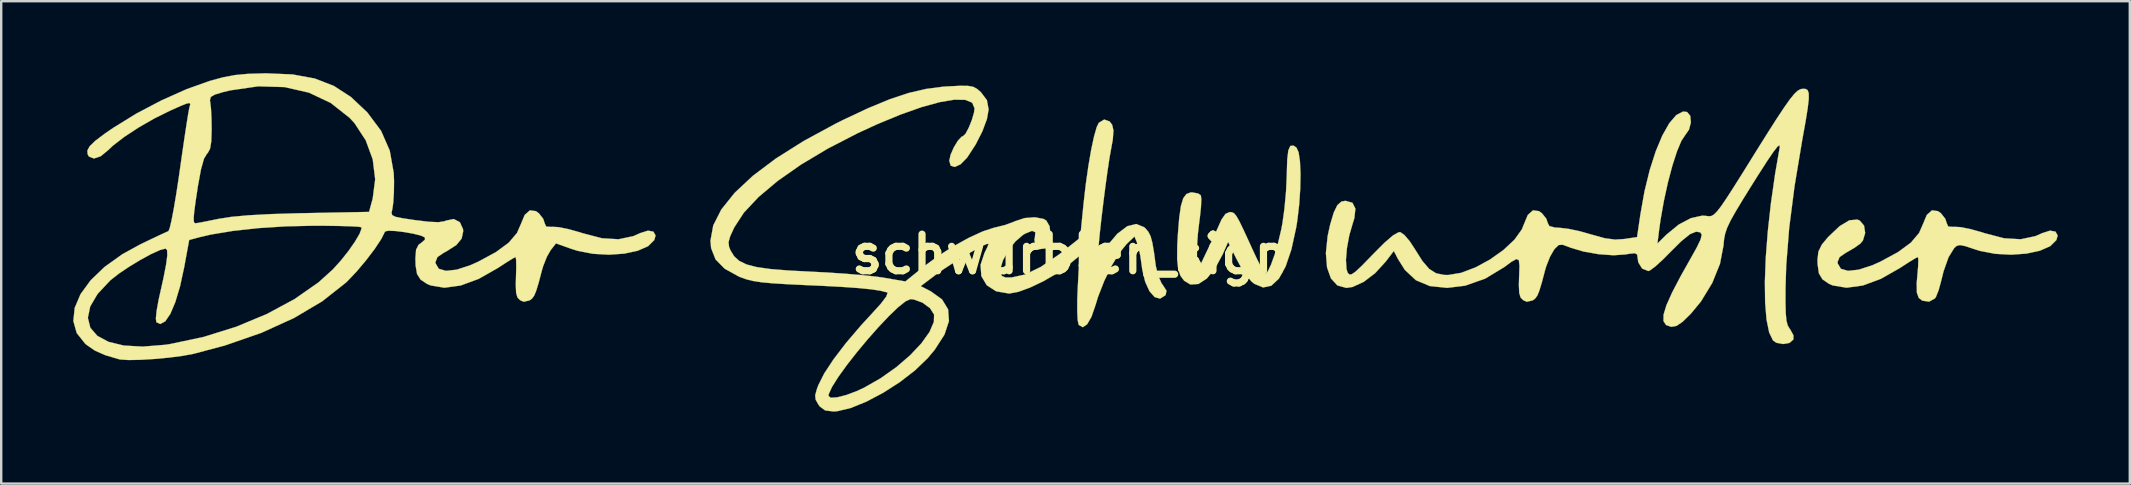
<source format=kicad_pcb>
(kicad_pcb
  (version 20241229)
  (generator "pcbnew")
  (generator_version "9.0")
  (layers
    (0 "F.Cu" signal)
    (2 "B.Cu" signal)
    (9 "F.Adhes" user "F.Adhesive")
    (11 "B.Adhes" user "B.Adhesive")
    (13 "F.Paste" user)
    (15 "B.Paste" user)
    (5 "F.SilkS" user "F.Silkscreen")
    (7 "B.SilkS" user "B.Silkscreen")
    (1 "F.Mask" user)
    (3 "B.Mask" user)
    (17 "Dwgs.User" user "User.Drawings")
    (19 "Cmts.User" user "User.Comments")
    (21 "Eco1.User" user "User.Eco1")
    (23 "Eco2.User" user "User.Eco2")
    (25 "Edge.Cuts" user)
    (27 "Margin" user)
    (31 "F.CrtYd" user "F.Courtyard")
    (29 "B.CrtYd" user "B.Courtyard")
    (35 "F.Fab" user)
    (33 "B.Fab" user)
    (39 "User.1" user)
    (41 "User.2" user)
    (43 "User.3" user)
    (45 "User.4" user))
  (footprint "schwurbler_sign"
    (layer "F.Cu")
    (at 41.528 7.539)
    (property "Reference" "schwurbler_sign" (at 0 0 0) (layer "F.SilkS") (effects (font (size 1.524 1.524) (thickness 0.3))))
    (attr through_hole)
    (fp_poly (pts (xy 9.428 -4.444) (xy 9.519 -4.246) (xy 9.576 -3.862) (xy 9.599 -3.338) (xy 9.587 -2.72) (xy 9.542 -2.054) (xy 9.463 -1.385) (xy 9.419 -1.112) (xy 9.219 -0.198) (xy 8.977 0.515) (xy 8.696 1.021) (xy 8.382 1.313) (xy 8.04 1.386) (xy 7.675 1.234) (xy 7.56 1.141) (xy 7.35 0.895) (xy 7.108 0.523) (xy 6.924 0.184) (xy 6.584 -0.51) (xy 6.354 0.008) (xy 6.035 0.601) (xy 5.692 1.016) (xy 5.345 1.241) (xy 5.013 1.263) (xy 4.749 1.104) (xy 4.596 0.896) (xy 4.501 0.612) (xy 4.459 0.21) (xy 4.464 -0.352) (xy 4.49 -0.828) (xy 4.546 -1.521) (xy 4.617 -2.011) (xy 4.713 -2.329) (xy 4.844 -2.506) (xy 5.021 -2.572) (xy 5.082 -2.575) (xy 5.333 -2.53) (xy 5.447 -2.451) (xy 5.467 -2.284) (xy 5.451 -1.95) (xy 5.404 -1.511) (xy 5.384 -1.369) (xy 5.322 -0.839) (xy 5.287 -0.323) (xy 5.286 0.076) (xy 5.288 0.117) (xy 5.332 0.644) (xy 5.751 -0.234) (xy 5.966 -0.689) (xy 6.155 -1.101) (xy 6.285 -1.394) (xy 6.302 -1.434) (xy 6.471 -1.678) (xy 6.65 -1.756) (xy 6.748 -1.747) (xy 6.835 -1.701) (xy 6.931 -1.583) (xy 7.056 -1.363) (xy 7.228 -1.007) (xy 7.469 -0.484) (xy 7.596 -0.205) (xy 7.802 0.234) (xy 7.977 0.579) (xy 8.097 0.783) (xy 8.132 0.819) (xy 8.238 0.713) (xy 8.374 0.426) (xy 8.524 0.008) (xy 8.67 -0.493) (xy 8.796 -1.027) (xy 8.843 -1.272) (xy 8.929 -1.895) (xy 8.995 -2.611) (xy 9.027 -3.279) (xy 9.028 -3.365) (xy 9.045 -3.951) (xy 9.091 -4.325) (xy 9.174 -4.509) (xy 9.302 -4.525) (xy 9.428 -4.444)) (stroke (width 0.01) (type solid)) (fill yes) (layer "F.SilkS"))
    (fp_poly (pts (xy 36.157 -1.793) (xy 36.279 -1.703) (xy 36.459 -1.474) (xy 36.52 -1.29) (xy 36.581 -1.152) (xy 36.799 -1.136) (xy 36.842 -1.141) (xy 37.101 -1.127) (xy 37.504 -1.046) (xy 37.974 -0.915) (xy 38.1 -0.874) (xy 38.908 -0.663) (xy 39.598 -0.622) (xy 40.211 -0.751) (xy 40.502 -0.879) (xy 40.822 -0.981) (xy 41.05 -0.94) (xy 41.14 -0.779) (xy 41.086 -0.587) (xy 40.829 -0.333) (xy 40.395 -0.144) (xy 39.836 -0.024) (xy 39.2 0.021) (xy 38.538 -0.015) (xy 37.9 -0.138) (xy 37.669 -0.21) (xy 37.293 -0.336) (xy 37.07 -0.38) (xy 36.934 -0.347) (xy 36.828 -0.252) (xy 36.595 0.124) (xy 36.387 0.712) (xy 36.277 1.152) (xy 36.179 1.507) (xy 36.071 1.775) (xy 36.031 1.839) (xy 35.786 1.977) (xy 35.503 1.936) (xy 35.354 1.82) (xy 35.275 1.604) (xy 35.267 1.211) (xy 35.295 0.883) (xy 35.328 0.495) (xy 35.336 0.22) (xy 35.318 0.117) (xy 35.198 0.177) (xy 34.939 0.335) (xy 34.595 0.558) (xy 34.573 0.573) (xy 33.772 1.028) (xy 33.022 1.304) (xy 32.344 1.397) (xy 31.764 1.3) (xy 31.612 1.233) (xy 31.341 1.047) (xy 31.194 0.799) (xy 31.139 0.418) (xy 31.135 0.223) (xy 31.173 -0.108) (xy 31.316 -0.4) (xy 31.574 -0.711) (xy 32.058 -1.169) (xy 32.463 -1.412) (xy 32.794 -1.442) (xy 32.892 -1.404) (xy 33.075 -1.19) (xy 33.121 -0.881) (xy 33.028 -0.573) (xy 32.921 -0.442) (xy 32.675 -0.266) (xy 32.354 -0.079) (xy 32.328 -0.066) (xy 32.056 0.118) (xy 31.972 0.321) (xy 31.977 0.387) (xy 32.109 0.608) (xy 32.408 0.694) (xy 32.85 0.646) (xy 33.41 0.465) (xy 33.751 0.313) (xy 34.493 -0.089) (xy 35.025 -0.481) (xy 35.366 -0.883) (xy 35.517 -1.226) (xy 35.688 -1.636) (xy 35.904 -1.827) (xy 36.157 -1.793)) (stroke (width 0.01) (type solid)) (fill yes) (layer "F.SilkS"))
    (fp_poly (pts (xy 30.719 -6.841) (xy 30.769 -6.713) (xy 30.772 -6.473) (xy 30.729 -6.094) (xy 30.641 -5.544) (xy 30.506 -4.796) (xy 30.501 -4.766) (xy 30.179 -2.834) (xy 29.956 -1.098) (xy 29.833 0.456) (xy 29.804 1.363) (xy 29.802 2.009) (xy 29.813 2.463) (xy 29.842 2.769) (xy 29.894 2.967) (xy 29.973 3.102) (xy 29.997 3.131) (xy 30.133 3.379) (xy 30.131 3.553) (xy 29.968 3.696) (xy 29.695 3.743) (xy 29.418 3.689) (xy 29.28 3.591) (xy 29.121 3.259) (xy 29.012 2.723) (xy 28.953 2.009) (xy 28.943 1.142) (xy 28.98 0.147) (xy 29.065 -0.951) (xy 29.195 -2.126) (xy 29.371 -3.354) (xy 29.561 -4.448) (xy 29.556 -4.542) (xy 29.472 -4.486) (xy 29.301 -4.268) (xy 29.035 -3.876) (xy 28.664 -3.299) (xy 28.451 -2.961) (xy 28.035 -2.292) (xy 27.728 -1.783) (xy 27.512 -1.398) (xy 27.371 -1.1) (xy 27.287 -0.851) (xy 27.242 -0.616) (xy 27.219 -0.36) (xy 27.073 0.401) (xy 26.75 1.199) (xy 26.28 1.97) (xy 25.862 2.476) (xy 25.517 2.815) (xy 25.26 2.988) (xy 25.049 3.026) (xy 25.034 3.024) (xy 24.824 2.949) (xy 24.719 2.786) (xy 24.723 2.517) (xy 24.843 2.123) (xy 25.083 1.588) (xy 25.447 0.893) (xy 25.825 0.223) (xy 26.104 -0.276) (xy 26.264 -0.609) (xy 26.313 -0.809) (xy 26.257 -0.907) (xy 26.103 -0.936) (xy 26.073 -0.936) (xy 25.831 -0.839) (xy 25.467 -0.547) (xy 25.033 -0.117) (xy 24.682 0.236) (xy 24.376 0.513) (xy 24.158 0.675) (xy 24.091 0.702) (xy 23.83 0.599) (xy 23.669 0.339) (xy 23.644 0.168) (xy 23.624 0.014) (xy 23.522 -0.041) (xy 23.277 -0.015) (xy 23.147 0.009) (xy 22.641 0.045) (xy 22.02 0.000238) (xy 21.385 -0.111) (xy 20.837 -0.275) (xy 20.798 -0.291) (xy 20.519 -0.394) (xy 20.354 -0.382) (xy 20.205 -0.24) (xy 20.157 -0.18) (xy 19.991 0.109) (xy 19.835 0.502) (xy 19.786 0.668) (xy 19.649 1.186) (xy 19.546 1.525) (xy 19.461 1.73) (xy 19.372 1.85) (xy 19.277 1.922) (xy 19.026 1.982) (xy 18.874 1.915) (xy 18.766 1.805) (xy 18.71 1.614) (xy 18.695 1.286) (xy 18.705 0.939) (xy 18.72 0.488) (xy 18.695 0.249) (xy 18.595 0.2) (xy 18.385 0.317) (xy 18.083 0.54) (xy 17.292 1.018) (xy 16.457 1.312) (xy 15.708 1.403) (xy 14.982 1.327) (xy 14.404 1.083) (xy 13.944 0.653) (xy 13.657 0.196) (xy 13.486 -0.134) (xy 13.151 0.305) (xy 12.711 0.787) (xy 12.231 1.153) (xy 11.767 1.365) (xy 11.51 1.405) (xy 11.137 1.302) (xy 10.866 1.01) (xy 10.704 0.553) (xy 10.656 -0.045) (xy 10.729 -0.758) (xy 10.832 -1.227) (xy 10.982 -1.731) (xy 11.131 -2.04) (xy 11.301 -2.191) (xy 11.471 -2.224) (xy 11.762 -2.142) (xy 11.885 -1.898) (xy 11.841 -1.495) (xy 11.777 -1.293) (xy 11.63 -0.785) (xy 11.532 -0.251) (xy 11.491 0.241) (xy 11.514 0.622) (xy 11.562 0.768) (xy 11.63 0.845) (xy 11.73 0.838) (xy 11.892 0.727) (xy 12.145 0.489) (xy 12.521 0.104) (xy 12.61 0.011) (xy 13.095 -0.475) (xy 13.45 -0.781) (xy 13.685 -0.914) (xy 13.755 -0.919) (xy 13.925 -0.802) (xy 14.15 -0.537) (xy 14.349 -0.233) (xy 14.675 0.282) (xy 14.96 0.614) (xy 15.248 0.796) (xy 15.583 0.864) (xy 15.751 0.867) (xy 16.293 0.776) (xy 16.892 0.549) (xy 17.495 0.221) (xy 18.052 -0.175) (xy 18.51 -0.603) (xy 18.817 -1.03) (xy 18.896 -1.225) (xy 19.067 -1.635) (xy 19.283 -1.827) (xy 19.535 -1.793) (xy 19.658 -1.703) (xy 19.838 -1.478) (xy 19.899 -1.299) (xy 19.965 -1.172) (xy 20.193 -1.111) (xy 20.396 -1.099) (xy 20.765 -1.055) (xy 21.247 -0.953) (xy 21.719 -0.819) (xy 22.271 -0.665) (xy 22.705 -0.608) (xy 23.082 -0.632) (xy 23.619 -0.713) (xy 23.758 -1.662) (xy 23.929 -2.621) (xy 24.145 -3.503) (xy 24.396 -4.285) (xy 24.671 -4.943) (xy 24.96 -5.455) (xy 25.251 -5.795) (xy 25.533 -5.942) (xy 25.702 -5.924) (xy 25.835 -5.764) (xy 25.86 -5.489) (xy 25.783 -5.19) (xy 25.633 -4.974) (xy 25.466 -4.725) (xy 25.282 -4.284) (xy 25.091 -3.695) (xy 24.906 -2.997) (xy 24.738 -2.232) (xy 24.598 -1.443) (xy 24.53 -0.953) (xy 24.467 -0.444) (xy 24.846 -0.817) (xy 25.353 -1.233) (xy 25.867 -1.504) (xy 26.336 -1.606) (xy 26.498 -1.595) (xy 26.609 -1.579) (xy 26.711 -1.591) (xy 26.818 -1.65) (xy 26.949 -1.779) (xy 27.121 -2.001) (xy 27.349 -2.335) (xy 27.651 -2.804) (xy 28.045 -3.43) (xy 28.517 -4.189) (xy 29.026 -5.002) (xy 29.431 -5.637) (xy 29.746 -6.113) (xy 29.987 -6.454) (xy 30.172 -6.68) (xy 30.314 -6.813) (xy 30.43 -6.874) (xy 30.478 -6.885) (xy 30.622 -6.889) (xy 30.719 -6.841)) (stroke (width 0.01) (type solid)) (fill yes) (layer "F.SilkS"))
    (fp_poly (pts (xy -4.254 -7.012) (xy -4.037 -6.973) (xy -3.874 -6.885) (xy -3.716 -6.749) (xy -3.465 -6.416) (xy -3.394 -6.03) (xy -3.465 -5.628) (xy -3.655 -5.118) (xy -3.934 -4.57) (xy -4.269 -4.054) (xy -4.303 -4.009) (xy -4.567 -3.742) (xy -4.805 -3.633) (xy -4.975 -3.689) (xy -5.033 -3.892) (xy -4.978 -4.144) (xy -4.844 -4.449) (xy -4.676 -4.726) (xy -4.517 -4.896) (xy -4.462 -4.916) (xy -4.357 -5.016) (xy -4.224 -5.265) (xy -4.095 -5.583) (xy -4.004 -5.894) (xy -3.98 -6.076) (xy -4.078 -6.31) (xy -4.363 -6.429) (xy -4.819 -6.437) (xy -5.43 -6.335) (xy -6.181 -6.129) (xy -7.056 -5.82) (xy -8.04 -5.413) (xy -8.839 -5.046) (xy -10.087 -4.403) (xy -11.207 -3.735) (xy -12.176 -3.057) (xy -12.977 -2.384) (xy -13.589 -1.732) (xy -13.992 -1.114) (xy -13.993 -1.111) (xy -14.162 -0.743) (xy -14.229 -0.501) (xy -14.207 -0.306) (xy -14.144 -0.154) (xy -13.993 0.09) (xy -13.781 0.281) (xy -13.477 0.428) (xy -13.053 0.538) (xy -12.479 0.619) (xy -11.726 0.68) (xy -10.888 0.723) (xy -10.119 0.763) (xy -9.358 0.814) (xy -8.664 0.872) (xy -8.098 0.932) (xy -7.791 0.975) (xy -6.862 1.135) (xy -6.097 0.517) (xy -5.513 0.087) (xy -4.87 -0.323) (xy -4.224 -0.68) (xy -3.633 -0.952) (xy -3.155 -1.108) (xy -3.102 -1.118) (xy -2.7 -1.219) (xy -2.333 -1.355) (xy -2.295 -1.373) (xy -1.894 -1.505) (xy -1.467 -1.538) (xy -1.11 -1.47) (xy -0.992 -1.402) (xy -0.856 -1.167) (xy -0.815 -0.834) (xy -0.865 -0.502) (xy -1 -0.269) (xy -1.041 -0.241) (xy -1.282 -0.209) (xy -1.449 -0.352) (xy -1.487 -0.609) (xy -1.468 -0.687) (xy -1.449 -0.915) (xy -1.585 -0.973) (xy -1.868 -0.859) (xy -1.969 -0.798) (xy -2.282 -0.527) (xy -2.572 -0.153) (xy -2.795 0.249) (xy -2.905 0.605) (xy -2.906 0.727) (xy -2.846 0.904) (xy -2.688 0.971) (xy -2.432 0.969) (xy -1.869 0.845) (xy -1.216 0.527) (xy -0.462 0.012) (xy -0.288 -0.123) (xy 0.419 -0.683) (xy 0.561 -2.105) (xy 0.653 -2.912) (xy 0.762 -3.674) (xy 0.878 -4.35) (xy 0.997 -4.904) (xy 1.109 -5.295) (xy 1.195 -5.472) (xy 1.421 -5.61) (xy 1.647 -5.53) (xy 1.752 -5.392) (xy 1.806 -5.156) (xy 1.779 -4.774) (xy 1.705 -4.368) (xy 1.641 -4.01) (xy 1.563 -3.493) (xy 1.477 -2.872) (xy 1.391 -2.2) (xy 1.31 -1.532) (xy 1.242 -0.922) (xy 1.194 -0.423) (xy 1.171 -0.091) (xy 1.171 -0.046) (xy 1.225 0.002) (xy 1.382 -0.146) (xy 1.505 -0.304) (xy 1.964 -0.848) (xy 2.383 -1.166) (xy 2.757 -1.258) (xy 3.085 -1.124) (xy 3.144 -1.07) (xy 3.264 -0.927) (xy 3.354 -0.747) (xy 3.426 -0.478) (xy 3.495 -0.073) (xy 3.57 0.486) (xy 3.662 0.878) (xy 3.809 1.211) (xy 3.868 1.293) (xy 4.015 1.521) (xy 3.984 1.69) (xy 3.965 1.715) (xy 3.747 1.852) (xy 3.52 1.785) (xy 3.306 1.541) (xy 3.127 1.148) (xy 3.004 0.634) (xy 2.984 0.476) (xy 2.923 0.056) (xy 2.844 -0.308) (xy 2.797 -0.456) (xy 2.682 -0.736) (xy 2.348 -0.417) (xy 2.047 -0.044) (xy 1.726 0.489) (xy 1.421 1.118) (xy 1.165 1.774) (xy 1.057 2.126) (xy 0.89 2.609) (xy 0.709 2.921) (xy 0.53 3.042) (xy 0.37 2.953) (xy 0.354 2.929) (xy 0.315 2.743) (xy 0.297 2.376) (xy 0.299 1.876) (xy 0.318 1.413) (xy 0.389 0.07) (xy -0.13 0.496) (xy -0.588 0.823) (xy -1.123 1.131) (xy -1.669 1.391) (xy -2.162 1.57) (xy -2.536 1.639) (xy -2.54 1.639) (xy -3.08 1.546) (xy -3.473 1.293) (xy -3.697 0.914) (xy -3.731 0.447) (xy -3.569 -0.043) (xy -3.449 -0.29) (xy -3.395 -0.431) (xy -3.394 -0.434) (xy -3.485 -0.421) (xy -3.726 -0.307) (xy -4.072 -0.117) (xy -4.479 0.121) (xy -4.901 0.383) (xy -5.293 0.64) (xy -5.578 0.843) (xy -6.224 1.331) (xy -5.811 1.542) (xy -5.336 1.882) (xy -5.082 2.297) (xy -5.047 2.787) (xy -5.233 3.349) (xy -5.639 3.98) (xy -5.933 4.331) (xy -6.46 4.839) (xy -7.094 5.329) (xy -7.785 5.772) (xy -8.483 6.141) (xy -9.138 6.407) (xy -9.698 6.541) (xy -9.859 6.552) (xy -10.203 6.509) (xy -10.427 6.345) (xy -10.488 6.26) (xy -10.6 6.06) (xy -10.616 5.906) (xy -10.066 5.906) (xy -9.969 5.98) (xy -9.709 5.964) (xy -9.337 5.87) (xy -8.901 5.709) (xy -8.59 5.566) (xy -7.892 5.168) (xy -7.242 4.708) (xy -6.668 4.215) (xy -6.197 3.716) (xy -5.857 3.242) (xy -5.675 2.819) (xy -5.666 2.517) (xy -5.835 2.249) (xy -6.147 2.019) (xy -6.513 1.886) (xy -6.652 1.873) (xy -6.855 1.963) (xy -7.165 2.21) (xy -7.552 2.582) (xy -7.989 3.044) (xy -8.447 3.562) (xy -8.897 4.104) (xy -9.312 4.634) (xy -9.661 5.12) (xy -9.918 5.528) (xy -10.053 5.824) (xy -10.066 5.906) (xy -10.616 5.906) (xy -10.619 5.876) (xy -10.546 5.613) (xy -10.485 5.45) (xy -10.244 4.971) (xy -9.852 4.376) (xy -9.334 3.698) (xy -8.715 2.973) (xy -8.279 2.499) (xy -7.886 2.066) (xy -7.659 1.767) (xy -7.602 1.611) (xy -7.624 1.591) (xy -7.897 1.523) (xy -8.276 1.465) (xy -8.788 1.413) (xy -9.462 1.365) (xy -10.325 1.318) (xy -10.943 1.291) (xy -11.758 1.252) (xy -12.378 1.214) (xy -12.846 1.171) (xy -13.2 1.117) (xy -13.482 1.048) (xy -13.732 0.959) (xy -13.795 0.933) (xy -14.388 0.606) (xy -14.769 0.219) (xy -14.955 -0.253) (xy -14.981 -0.565) (xy -14.866 -1.198) (xy -14.528 -1.864) (xy -13.974 -2.556) (xy -13.213 -3.267) (xy -12.252 -3.989) (xy -11.099 -4.715) (xy -9.762 -5.44) (xy -9.446 -5.597) (xy -8.41 -6.084) (xy -7.521 -6.451) (xy -6.736 -6.713) (xy -6.009 -6.883) (xy -5.298 -6.976) (xy -5.092 -6.99) (xy -4.586 -7.015) (xy -4.254 -7.012)) (stroke (width 0.01) (type solid)) (fill yes) (layer "F.SilkS"))
    (fp_poly (pts (xy -32.389 -7.488) (xy -31.468 -7.319) (xy -30.672 -7.011) (xy -29.958 -6.548) (xy -29.286 -5.915) (xy -29.274 -5.902) (xy -28.702 -5.137) (xy -28.341 -4.313) (xy -28.177 -3.388) (xy -28.163 -3.043) (xy -28.169 -2.569) (xy -28.195 -2.151) (xy -28.234 -1.876) (xy -28.237 -1.865) (xy -28.268 -1.722) (xy -28.239 -1.627) (xy -28.108 -1.559) (xy -27.834 -1.501) (xy -27.377 -1.432) (xy -27.278 -1.418) (xy -26.702 -1.349) (xy -26.31 -1.333) (xy -26.061 -1.372) (xy -25.993 -1.4) (xy -25.677 -1.465) (xy -25.422 -1.334) (xy -25.29 -1.046) (xy -25.283 -0.95) (xy -25.348 -0.648) (xy -25.564 -0.385) (xy -25.969 -0.124) (xy -26.08 -0.066) (xy -26.353 0.118) (xy -26.436 0.321) (xy -26.431 0.387) (xy -26.299 0.608) (xy -26 0.694) (xy -25.559 0.646) (xy -24.998 0.465) (xy -24.657 0.313) (xy -23.915 -0.089) (xy -23.384 -0.481) (xy -23.042 -0.883) (xy -22.891 -1.226) (xy -22.72 -1.636) (xy -22.504 -1.827) (xy -22.252 -1.793) (xy -22.129 -1.703) (xy -21.949 -1.474) (xy -21.888 -1.29) (xy -21.827 -1.152) (xy -21.609 -1.136) (xy -21.567 -1.141) (xy -21.307 -1.127) (xy -20.904 -1.046) (xy -20.434 -0.915) (xy -20.308 -0.874) (xy -19.5 -0.663) (xy -18.81 -0.622) (xy -18.197 -0.751) (xy -17.907 -0.879) (xy -17.586 -0.981) (xy -17.358 -0.94) (xy -17.268 -0.779) (xy -17.323 -0.587) (xy -17.58 -0.333) (xy -18.014 -0.143) (xy -18.574 -0.023) (xy -19.211 0.021) (xy -19.874 -0.016) (xy -20.514 -0.14) (xy -20.746 -0.212) (xy -21.418 -0.45) (xy -21.636 -0.172) (xy -21.799 0.112) (xy -21.952 0.501) (xy -22.001 0.668) (xy -22.138 1.186) (xy -22.241 1.525) (xy -22.326 1.73) (xy -22.415 1.85) (xy -22.51 1.922) (xy -22.761 1.982) (xy -22.913 1.915) (xy -23.022 1.803) (xy -23.078 1.61) (xy -23.092 1.279) (xy -23.083 0.95) (xy -23.072 0.543) (xy -23.077 0.246) (xy -23.096 0.118) (xy -23.099 0.117) (xy -23.214 0.177) (xy -23.47 0.335) (xy -23.812 0.557) (xy -23.836 0.573) (xy -24.636 1.028) (xy -25.386 1.304) (xy -26.064 1.397) (xy -26.644 1.3) (xy -26.796 1.233) (xy -27.058 1.057) (xy -27.205 0.825) (xy -27.265 0.469) (xy -27.273 0.17) (xy -27.245 -0.188) (xy -27.141 -0.393) (xy -27.026 -0.475) (xy -26.875 -0.606) (xy -26.88 -0.7) (xy -27.053 -0.778) (xy -27.363 -0.855) (xy -27.738 -0.921) (xy -28.106 -0.966) (xy -28.395 -0.978) (xy -28.536 -0.948) (xy -28.539 -0.942) (xy -28.693 -0.636) (xy -28.968 -0.22) (xy -29.323 0.247) (xy -29.712 0.71) (xy -30.093 1.112) (xy -30.182 1.196) (xy -31.156 1.963) (xy -32.334 2.66) (xy -33.692 3.277) (xy -35.209 3.803) (xy -36.52 4.151) (xy -36.98 4.236) (xy -37.545 4.309) (xy -38.149 4.365) (xy -38.729 4.4) (xy -39.222 4.409) (xy -39.565 4.387) (xy -39.622 4.376) (xy -40.201 4.204) (xy -40.625 4.016) (xy -40.972 3.776) (xy -41.033 3.724) (xy -41.382 3.285) (xy -41.523 2.783) (xy -41.509 2.652) (xy -40.918 2.652) (xy -40.815 3.064) (xy -40.524 3.401) (xy -40.055 3.652) (xy -39.42 3.806) (xy -38.63 3.85) (xy -37.695 3.774) (xy -37.495 3.744) (xy -36.093 3.446) (xy -34.734 3.022) (xy -33.458 2.49) (xy -32.305 1.869) (xy -31.313 1.177) (xy -30.709 0.632) (xy -30.374 0.26) (xy -30.057 -0.14) (xy -29.789 -0.525) (xy -29.599 -0.849) (xy -29.517 -1.067) (xy -29.529 -1.125) (xy -29.661 -1.145) (xy -29.986 -1.163) (xy -30.465 -1.176) (xy -31.056 -1.184) (xy -31.504 -1.186) (xy -32.674 -1.16) (xy -33.817 -1.086) (xy -34.876 -0.97) (xy -35.794 -0.818) (xy -36.269 -0.707) (xy -36.697 -0.592) (xy -36.905 0.541) (xy -37.078 1.339) (xy -37.274 1.994) (xy -37.482 2.486) (xy -37.694 2.797) (xy -37.9 2.908) (xy -38.064 2.834) (xy -38.085 2.681) (xy -38.053 2.358) (xy -37.975 1.924) (xy -37.936 1.747) (xy -37.766 0.985) (xy -37.658 0.426) (xy -37.609 0.051) (xy -37.616 -0.162) (xy -37.677 -0.234) (xy -37.683 -0.234) (xy -37.919 -0.171) (xy -38.289 -0.002) (xy -38.735 0.241) (xy -39.202 0.524) (xy -39.634 0.815) (xy -39.974 1.082) (xy -39.985 1.092) (xy -40.513 1.655) (xy -40.821 2.179) (xy -40.918 2.652) (xy -41.509 2.652) (xy -41.466 2.236) (xy -41.223 1.665) (xy -40.804 1.09) (xy -40.22 0.529) (xy -39.482 0.002) (xy -38.755 -0.398) (xy -38.293 -0.621) (xy -37.904 -0.805) (xy -37.641 -0.926) (xy -37.561 -0.96) (xy -37.509 -1.083) (xy -37.433 -1.404) (xy -37.415 -1.499) (xy -36.511 -1.499) (xy -36.502 -1.351) (xy -36.464 -1.294) (xy -36.432 -1.288) (xy -36.283 -1.31) (xy -35.967 -1.371) (xy -35.549 -1.456) (xy -35.466 -1.473) (xy -34.943 -1.555) (xy -34.22 -1.621) (xy -33.287 -1.671) (xy -32.134 -1.706) (xy -31.896 -1.71) (xy -29.204 -1.762) (xy -29.053 -2.315) (xy -28.949 -3.119) (xy -29.05 -3.946) (xy -29.342 -4.743) (xy -29.808 -5.456) (xy -30.012 -5.678) (xy -30.799 -6.3) (xy -31.707 -6.729) (xy -32.72 -6.961) (xy -33.823 -6.993) (xy -34.999 -6.822) (xy -35.291 -6.751) (xy -35.633 -6.648) (xy -35.797 -6.55) (xy -35.833 -6.415) (xy -35.818 -6.312) (xy -35.788 -6.054) (xy -35.768 -5.649) (xy -35.761 -5.185) (xy -35.761 -5.183) (xy -35.777 -4.694) (xy -35.829 -4.388) (xy -35.925 -4.215) (xy -35.955 -4.188) (xy -36.082 -3.974) (xy -36.206 -3.531) (xy -36.33 -2.855) (xy -36.334 -2.834) (xy -36.429 -2.205) (xy -36.487 -1.772) (xy -36.511 -1.499) (xy -37.415 -1.499) (xy -37.34 -1.888) (xy -37.237 -2.5) (xy -37.129 -3.206) (xy -37.094 -3.456) (xy -36.988 -4.198) (xy -36.89 -4.87) (xy -36.804 -5.434) (xy -36.737 -5.852) (xy -36.693 -6.087) (xy -36.686 -6.116) (xy -36.652 -6.242) (xy -36.676 -6.298) (xy -36.797 -6.277) (xy -37.054 -6.175) (xy -37.485 -5.983) (xy -37.487 -5.982) (xy -38.143 -5.658) (xy -38.8 -5.281) (xy -39.395 -4.891) (xy -39.87 -4.526) (xy -40.071 -4.336) (xy -40.383 -4.08) (xy -40.665 -3.986) (xy -40.871 -4.065) (xy -40.926 -4.157) (xy -40.94 -4.316) (xy -40.844 -4.495) (xy -40.612 -4.72) (xy -40.22 -5.017) (xy -39.857 -5.266) (xy -38.904 -5.854) (xy -37.86 -6.403) (xy -36.812 -6.871) (xy -35.85 -7.215) (xy -35.295 -7.366) (xy -34.791 -7.462) (xy -34.246 -7.513) (xy -33.57 -7.533) (xy -33.476 -7.534) (xy -32.389 -7.488)) (stroke (width 0.01) (type solid)) (fill yes) (layer "F.SilkS")))
  (gr_rect
    (start -3 -3)
    (end 85.673 17.096)
    (stroke (width 0.1) (type default))
    (fill no)
    (layer "Edge.Cuts")))
</source>
